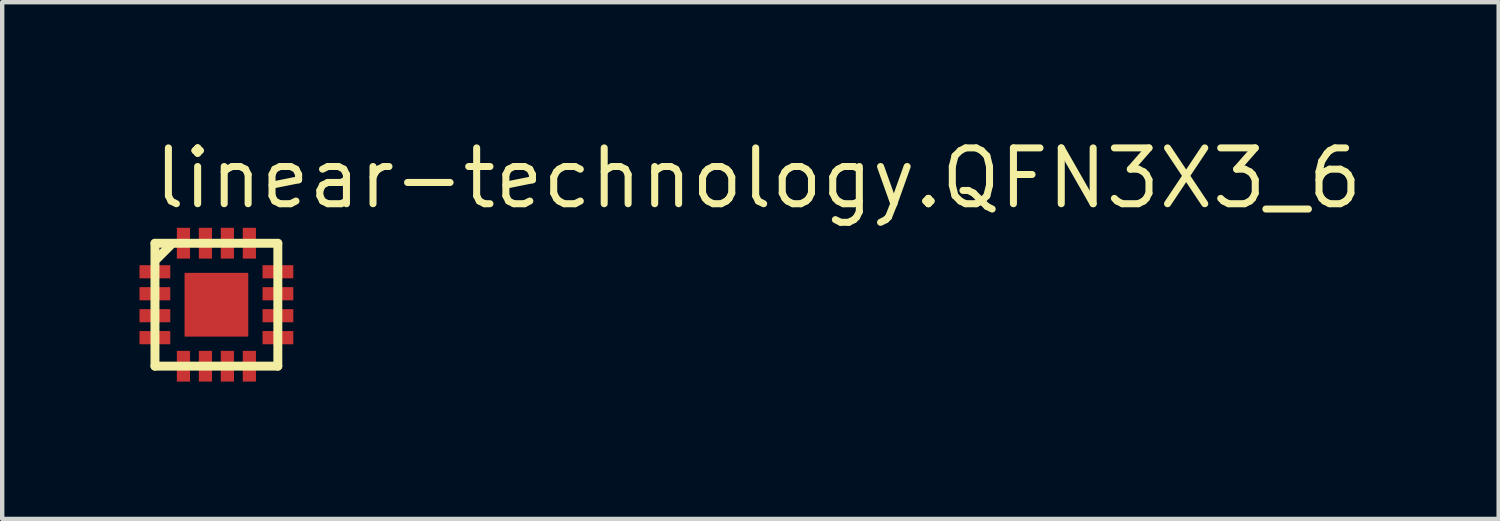
<source format=kicad_pcb>
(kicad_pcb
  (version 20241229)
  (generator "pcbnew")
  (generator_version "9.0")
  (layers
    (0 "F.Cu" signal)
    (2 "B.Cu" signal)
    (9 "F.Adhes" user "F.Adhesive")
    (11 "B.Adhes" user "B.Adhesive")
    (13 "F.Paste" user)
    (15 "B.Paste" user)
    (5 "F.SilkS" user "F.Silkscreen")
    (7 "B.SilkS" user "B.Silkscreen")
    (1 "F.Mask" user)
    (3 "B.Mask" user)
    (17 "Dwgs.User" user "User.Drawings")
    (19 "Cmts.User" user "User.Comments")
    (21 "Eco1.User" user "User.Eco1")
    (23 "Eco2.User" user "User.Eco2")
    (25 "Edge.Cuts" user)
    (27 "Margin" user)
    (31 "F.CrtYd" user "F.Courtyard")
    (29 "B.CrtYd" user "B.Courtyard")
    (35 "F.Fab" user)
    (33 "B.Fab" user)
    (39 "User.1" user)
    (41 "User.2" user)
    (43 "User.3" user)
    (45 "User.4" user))
  (footprint "linear-technology.QFN3X3_6"
    (layer "F.Cu")
    (at 1.875 3.885)
    (property "Reference" "linear-technology.QFN3X3_6" (at -1.5 -2.135 0) (layer "F.SilkS") (effects (font (size 1.27 1.27) (thickness 0.16)) (justify left bottom)))
    (attr smd)
    (fp_rect (start -1.85 -0.55) (end -1 -0.95) (stroke (width 0.05) (type default)) (fill yes) (layer "F.Mask"))
    (fp_rect (start -1.85 -0.05) (end -1 -0.45) (stroke (width 0.05) (type default)) (fill yes) (layer "F.Mask"))
    (fp_rect (start -1.85 0.45) (end -1 0.05) (stroke (width 0.05) (type default)) (fill yes) (layer "F.Mask"))
    (fp_rect (start -1.85 0.95) (end -1 0.55) (stroke (width 0.05) (type default)) (fill yes) (layer "F.Mask"))
    (fp_rect (start -0.95 -1) (end -0.55 -1.85) (stroke (width 0.05) (type default)) (fill yes) (layer "F.Mask"))
    (fp_rect (start -0.95 1.85) (end -0.55 1) (stroke (width 0.05) (type default)) (fill yes) (layer "F.Mask"))
    (fp_rect (start -0.8 0.8) (end 0.8 -0.8) (stroke (width 0.05) (type default)) (fill yes) (layer "F.Mask"))
    (fp_rect (start -0.45 -1) (end -0.05 -1.85) (stroke (width 0.05) (type default)) (fill yes) (layer "F.Mask"))
    (fp_rect (start -0.45 1.85) (end -0.05 1) (stroke (width 0.05) (type default)) (fill yes) (layer "F.Mask"))
    (fp_rect (start 0.05 -1) (end 0.45 -1.85) (stroke (width 0.05) (type default)) (fill yes) (layer "F.Mask"))
    (fp_rect (start 0.05 1.85) (end 0.45 1) (stroke (width 0.05) (type default)) (fill yes) (layer "F.Mask"))
    (fp_rect (start 0.55 -1) (end 0.95 -1.85) (stroke (width 0.05) (type default)) (fill yes) (layer "F.Mask"))
    (fp_rect (start 0.55 1.85) (end 0.95 1) (stroke (width 0.05) (type default)) (fill yes) (layer "F.Mask"))
    (fp_rect (start 1 -0.55) (end 1.85 -0.95) (stroke (width 0.05) (type default)) (fill yes) (layer "F.Mask"))
    (fp_rect (start 1 -0.05) (end 1.85 -0.45) (stroke (width 0.05) (type default)) (fill yes) (layer "F.Mask"))
    (fp_rect (start 1 0.45) (end 1.85 0.05) (stroke (width 0.05) (type default)) (fill yes) (layer "F.Mask"))
    (fp_rect (start 1 0.95) (end 1.85 0.55) (stroke (width 0.05) (type default)) (fill yes) (layer "F.Mask"))
    (fp_line (start -1.398 -1.398) (end -1.398 1.398) (stroke (width 0.203) (type default)) (layer "F.SilkS"))
    (fp_line (start -1.398 1.398) (end 1.398 1.398) (stroke (width 0.203) (type default)) (layer "F.SilkS"))
    (fp_line (start -1.348 -1.05) (end -1.05 -1.348) (stroke (width 0.203) (type default)) (layer "F.SilkS"))
    (fp_line (start 1.398 -1.398) (end -1.398 -1.398) (stroke (width 0.203) (type default)) (layer "F.SilkS"))
    (fp_line (start 1.398 1.398) (end 1.398 -1.398) (stroke (width 0.203) (type default)) (layer "F.SilkS"))
    (pad "1" smd roundrect (at -1.4 -0.75) (size 0.7 0.3) (layers "F.Cu" "F.Mask" "F.Paste") (roundrect_rratio 0.01))
    (pad "2" smd roundrect (at -1.4 -0.25) (size 0.7 0.3) (layers "F.Cu" "F.Mask" "F.Paste") (roundrect_rratio 0.01))
    (pad "3" smd roundrect (at -1.4 0.25) (size 0.7 0.3) (layers "F.Cu" "F.Mask" "F.Paste") (roundrect_rratio 0.01))
    (pad "4" smd roundrect (at -1.4 0.75) (size 0.7 0.3) (layers "F.Cu" "F.Mask" "F.Paste") (roundrect_rratio 0.01))
    (pad "5" smd roundrect (at -0.75 1.4) (size 0.3 0.7) (layers "F.Cu" "F.Mask" "F.Paste") (roundrect_rratio 0.01))
    (pad "6" smd roundrect (at -0.25 1.4) (size 0.3 0.7) (layers "F.Cu" "F.Mask" "F.Paste") (roundrect_rratio 0.01))
    (pad "7" smd roundrect (at 0.25 1.4) (size 0.3 0.7) (layers "F.Cu" "F.Mask" "F.Paste") (roundrect_rratio 0.01))
    (pad "8" smd roundrect (at 0.75 1.4) (size 0.3 0.7) (layers "F.Cu" "F.Mask" "F.Paste") (roundrect_rratio 0.01))
    (pad "9" smd roundrect (at 1.4 0.75) (size 0.7 0.3) (layers "F.Cu" "F.Mask" "F.Paste") (roundrect_rratio 0.01))
    (pad "10" smd roundrect (at 1.4 0.25) (size 0.7 0.3) (layers "F.Cu" "F.Mask" "F.Paste") (roundrect_rratio 0.01))
    (pad "11" smd roundrect (at 1.4 -0.25) (size 0.7 0.3) (layers "F.Cu" "F.Mask" "F.Paste") (roundrect_rratio 0.01))
    (pad "12" smd roundrect (at 1.4 -0.75) (size 0.7 0.3) (layers "F.Cu" "F.Mask" "F.Paste") (roundrect_rratio 0.01))
    (pad "13" smd roundrect (at 0.75 -1.4) (size 0.3 0.7) (layers "F.Cu" "F.Mask" "F.Paste") (roundrect_rratio 0.01))
    (pad "14" smd roundrect (at 0.25 -1.4) (size 0.3 0.7) (layers "F.Cu" "F.Mask" "F.Paste") (roundrect_rratio 0.01))
    (pad "15" smd roundrect (at -0.25 -1.4) (size 0.3 0.7) (layers "F.Cu" "F.Mask" "F.Paste") (roundrect_rratio 0.01))
    (pad "16" smd roundrect (at -0.75 -1.4) (size 0.3 0.7) (layers "F.Cu" "F.Mask" "F.Paste") (roundrect_rratio 0.01))
    (pad "EXP" smd roundrect (at 0 0) (size 1.45 1.45) (layers "F.Cu" "F.Mask" "F.Paste") (roundrect_rratio 0.01)))
  (gr_rect
    (start -3 -3)
    (end 31.057 8.76)
    (stroke (width 0.1) (type default))
    (fill no)
    (layer "Edge.Cuts")))
</source>
